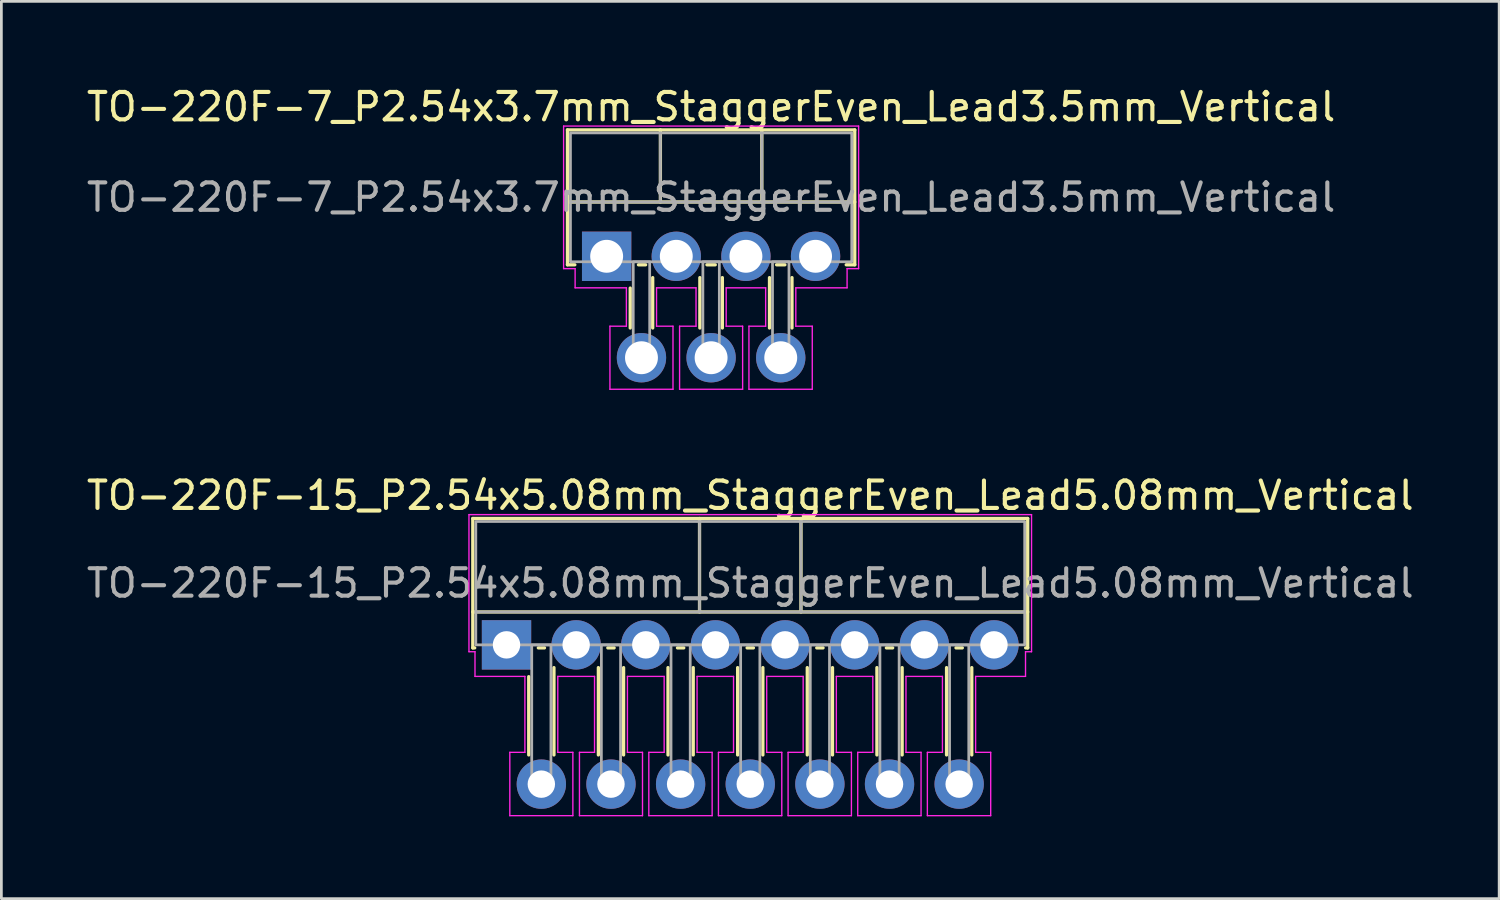
<source format=kicad_pcb>
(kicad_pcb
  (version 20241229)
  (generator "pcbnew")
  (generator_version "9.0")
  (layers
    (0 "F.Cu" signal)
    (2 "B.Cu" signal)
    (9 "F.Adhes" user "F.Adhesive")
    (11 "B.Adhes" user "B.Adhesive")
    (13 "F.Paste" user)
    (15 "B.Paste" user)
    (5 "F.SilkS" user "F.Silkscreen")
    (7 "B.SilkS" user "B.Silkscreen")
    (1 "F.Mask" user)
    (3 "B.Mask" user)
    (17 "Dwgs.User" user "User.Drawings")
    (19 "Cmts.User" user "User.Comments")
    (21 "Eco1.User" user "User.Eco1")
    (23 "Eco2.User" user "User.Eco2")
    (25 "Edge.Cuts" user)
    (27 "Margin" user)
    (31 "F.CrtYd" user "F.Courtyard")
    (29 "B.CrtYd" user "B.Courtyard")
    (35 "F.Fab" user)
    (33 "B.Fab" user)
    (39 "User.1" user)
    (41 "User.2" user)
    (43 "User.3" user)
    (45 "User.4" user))
  (footprint "TO-220F-7_P2.54x3.7mm_StaggerEven_Lead3.5mm_Vertical"
    (layer "F.Cu")
    (at 19.077 6.298)
    (property "Reference" "TO-220F-7_P2.54x3.7mm_StaggerEven_Lead3.5mm_Vertical" (at 3.81 -5.45 0) (layer "F.SilkS") (effects (font (size 1 1) (thickness 0.15))))
    (attr through_hole)
    (fp_line (start -1.43 -4.61) (end -1.43 0.31) (stroke (width 0.12) (type solid)) (layer "F.SilkS"))
    (fp_line (start -1.43 -4.61) (end 9.05 -4.61) (stroke (width 0.12) (type solid)) (layer "F.SilkS"))
    (fp_line (start -1.43 -1.98) (end 9.05 -1.98) (stroke (width 0.12) (type solid)) (layer "F.SilkS"))
    (fp_line (start -1.43 0.31) (end -1.16 0.31) (stroke (width 0.12) (type solid)) (layer "F.SilkS"))
    (fp_line (start 0.86 1.16) (end 0.86 2.615) (stroke (width 0.12) (type solid)) (layer "F.SilkS"))
    (fp_line (start 1.16 0.31) (end 1.422 0.31) (stroke (width 0.12) (type solid)) (layer "F.SilkS"))
    (fp_line (start 1.68 0.778) (end 1.68 2.615) (stroke (width 0.12) (type solid)) (layer "F.SilkS"))
    (fp_line (start 1.96 -4.61) (end 1.96 -1.98) (stroke (width 0.12) (type solid)) (layer "F.SilkS"))
    (fp_line (start 3.4 0.778) (end 3.4 2.615) (stroke (width 0.12) (type solid)) (layer "F.SilkS"))
    (fp_line (start 3.658 0.31) (end 3.962 0.31) (stroke (width 0.12) (type solid)) (layer "F.SilkS"))
    (fp_line (start 4.22 0.778) (end 4.22 2.615) (stroke (width 0.12) (type solid)) (layer "F.SilkS"))
    (fp_line (start 5.66 -4.61) (end 5.66 -1.98) (stroke (width 0.12) (type solid)) (layer "F.SilkS"))
    (fp_line (start 5.94 0.778) (end 5.94 2.615) (stroke (width 0.12) (type solid)) (layer "F.SilkS"))
    (fp_line (start 6.198 0.31) (end 6.502 0.31) (stroke (width 0.12) (type solid)) (layer "F.SilkS"))
    (fp_line (start 6.76 0.778) (end 6.76 2.615) (stroke (width 0.12) (type solid)) (layer "F.SilkS"))
    (fp_line (start 8.738 0.31) (end 9.05 0.31) (stroke (width 0.12) (type solid)) (layer "F.SilkS"))
    (fp_line (start 9.05 -4.61) (end 9.05 0.31) (stroke (width 0.12) (type solid)) (layer "F.SilkS"))
    (fp_line (start -1.57 -4.75) (end 9.19 -4.75) (stroke (width 0.05) (type solid)) (layer "F.CrtYd"))
    (fp_line (start -1.57 0.45) (end -1.57 -4.75) (stroke (width 0.05) (type solid)) (layer "F.CrtYd"))
    (fp_line (start -1.15 0.45) (end -1.57 0.45) (stroke (width 0.05) (type solid)) (layer "F.CrtYd"))
    (fp_line (start -1.15 1.15) (end -1.15 0.45) (stroke (width 0.05) (type solid)) (layer "F.CrtYd"))
    (fp_line (start 0.12 2.55) (end 0.72 2.55) (stroke (width 0.05) (type solid)) (layer "F.CrtYd"))
    (fp_line (start 0.12 4.85) (end 0.12 2.55) (stroke (width 0.05) (type solid)) (layer "F.CrtYd"))
    (fp_line (start 0.72 1.15) (end -1.15 1.15) (stroke (width 0.05) (type solid)) (layer "F.CrtYd"))
    (fp_line (start 0.72 2.55) (end 0.72 1.15) (stroke (width 0.05) (type solid)) (layer "F.CrtYd"))
    (fp_line (start 1.82 1.15) (end 1.82 2.55) (stroke (width 0.05) (type solid)) (layer "F.CrtYd"))
    (fp_line (start 1.82 2.55) (end 2.42 2.55) (stroke (width 0.05) (type solid)) (layer "F.CrtYd"))
    (fp_line (start 2.42 2.55) (end 2.42 4.85) (stroke (width 0.05) (type solid)) (layer "F.CrtYd"))
    (fp_line (start 2.42 4.85) (end 0.12 4.85) (stroke (width 0.05) (type solid)) (layer "F.CrtYd"))
    (fp_line (start 2.66 2.55) (end 3.26 2.55) (stroke (width 0.05) (type solid)) (layer "F.CrtYd"))
    (fp_line (start 2.66 4.85) (end 2.66 2.55) (stroke (width 0.05) (type solid)) (layer "F.CrtYd"))
    (fp_line (start 3.26 1.15) (end 1.82 1.15) (stroke (width 0.05) (type solid)) (layer "F.CrtYd"))
    (fp_line (start 3.26 2.55) (end 3.26 1.15) (stroke (width 0.05) (type solid)) (layer "F.CrtYd"))
    (fp_line (start 4.36 1.15) (end 4.36 2.55) (stroke (width 0.05) (type solid)) (layer "F.CrtYd"))
    (fp_line (start 4.36 2.55) (end 4.96 2.55) (stroke (width 0.05) (type solid)) (layer "F.CrtYd"))
    (fp_line (start 4.96 2.55) (end 4.96 4.85) (stroke (width 0.05) (type solid)) (layer "F.CrtYd"))
    (fp_line (start 4.96 4.85) (end 2.66 4.85) (stroke (width 0.05) (type solid)) (layer "F.CrtYd"))
    (fp_line (start 5.19 2.55) (end 5.8 2.55) (stroke (width 0.05) (type solid)) (layer "F.CrtYd"))
    (fp_line (start 5.19 4.85) (end 5.19 2.55) (stroke (width 0.05) (type solid)) (layer "F.CrtYd"))
    (fp_line (start 5.8 1.15) (end 4.36 1.15) (stroke (width 0.05) (type solid)) (layer "F.CrtYd"))
    (fp_line (start 5.8 2.55) (end 5.8 1.15) (stroke (width 0.05) (type solid)) (layer "F.CrtYd"))
    (fp_line (start 6.9 1.15) (end 6.9 2.55) (stroke (width 0.05) (type solid)) (layer "F.CrtYd"))
    (fp_line (start 6.9 2.55) (end 7.5 2.55) (stroke (width 0.05) (type solid)) (layer "F.CrtYd"))
    (fp_line (start 7.5 2.55) (end 7.5 4.85) (stroke (width 0.05) (type solid)) (layer "F.CrtYd"))
    (fp_line (start 7.5 4.85) (end 5.19 4.85) (stroke (width 0.05) (type solid)) (layer "F.CrtYd"))
    (fp_line (start 8.77 0.45) (end 8.77 1.15) (stroke (width 0.05) (type solid)) (layer "F.CrtYd"))
    (fp_line (start 8.77 1.15) (end 6.9 1.15) (stroke (width 0.05) (type solid)) (layer "F.CrtYd"))
    (fp_line (start 9.19 -4.75) (end 9.19 0.45) (stroke (width 0.05) (type solid)) (layer "F.CrtYd"))
    (fp_line (start 9.19 0.45) (end 8.77 0.45) (stroke (width 0.05) (type solid)) (layer "F.CrtYd"))
    (fp_line (start -1.32 -1.98) (end 8.94 -1.98) (stroke (width 0.1) (type solid)) (layer "F.Fab"))
    (fp_line (start 1.96 -4.5) (end 1.96 -1.98) (stroke (width 0.1) (type solid)) (layer "F.Fab"))
    (fp_line (start 5.66 -4.5) (end 5.66 -1.98) (stroke (width 0.1) (type solid)) (layer "F.Fab"))
    (fp_rect (start -1.32 -4.5) (end 8.94 0.2) (stroke (width 0.1) (type solid)) (fill no) (layer "F.Fab"))
    (fp_rect (start 0.97 0.2) (end 1.57 3.7) (stroke (width 0.1) (type solid)) (fill no) (layer "F.Fab"))
    (fp_rect (start 3.51 0.2) (end 4.11 3.7) (stroke (width 0.1) (type solid)) (fill no) (layer "F.Fab"))
    (fp_rect (start 6.05 0.2) (end 6.65 3.7) (stroke (width 0.1) (type solid)) (fill no) (layer "F.Fab"))
    (fp_text user "${REFERENCE}" (at 3.81 -2.15 0) (layer "F.Fab") (effects (font (size 1 1) (thickness 0.15))))
    (pad "1" thru_hole rect (at 0 0) (size 1.8 1.8) (drill 1.2) (layers "*.Cu" "*.Mask"))
    (pad "2" thru_hole circle (at 1.27 3.7) (size 1.8 1.8) (drill 1.2) (layers "*.Cu" "*.Mask"))
    (pad "3" thru_hole circle (at 2.54 0) (size 1.8 1.8) (drill 1.2) (layers "*.Cu" "*.Mask"))
    (pad "4" thru_hole circle (at 3.81 3.7) (size 1.8 1.8) (drill 1.2) (layers "*.Cu" "*.Mask"))
    (pad "5" thru_hole circle (at 5.08 0) (size 1.8 1.8) (drill 1.2) (layers "*.Cu" "*.Mask"))
    (pad "6" thru_hole circle (at 6.35 3.7) (size 1.8 1.8) (drill 1.2) (layers "*.Cu" "*.Mask"))
    (pad "7" thru_hole circle (at 7.62 0) (size 1.8 1.8) (drill 1.2) (layers "*.Cu" "*.Mask")))
  (footprint "TO-220F-15_P2.54x5.08mm_StaggerEven_Lead5.08mm_Vertical"
    (layer "F.Cu")
    (at 15.425 20.471)
    (property "Reference" "TO-220F-15_P2.54x5.08mm_StaggerEven_Lead5.08mm_Vertical" (at 8.89 -5.45 0) (layer "F.SilkS") (effects (font (size 1 1) (thickness 0.15))))
    (attr through_hole)
    (fp_line (start -1.23 -4.61) (end -1.23 0.11) (stroke (width 0.12) (type solid)) (layer "F.SilkS"))
    (fp_line (start -1.23 -4.61) (end 19.01 -4.61) (stroke (width 0.12) (type solid)) (layer "F.SilkS"))
    (fp_line (start -1.23 -1.2) (end 19.01 -1.2) (stroke (width 0.12) (type solid)) (layer "F.SilkS"))
    (fp_line (start -1.23 0.11) (end -1.16 0.11) (stroke (width 0.12) (type solid)) (layer "F.SilkS"))
    (fp_line (start 0.81 1.16) (end 0.81 4.015) (stroke (width 0.12) (type solid)) (layer "F.SilkS"))
    (fp_line (start 1.16 0.11) (end 1.385 0.11) (stroke (width 0.12) (type solid)) (layer "F.SilkS"))
    (fp_line (start 1.73 0.83) (end 1.73 4.015) (stroke (width 0.12) (type solid)) (layer "F.SilkS"))
    (fp_line (start 3.35 0.83) (end 3.35 4.015) (stroke (width 0.12) (type solid)) (layer "F.SilkS"))
    (fp_line (start 3.695 0.11) (end 3.925 0.11) (stroke (width 0.12) (type solid)) (layer "F.SilkS"))
    (fp_line (start 4.27 0.83) (end 4.27 4.015) (stroke (width 0.12) (type solid)) (layer "F.SilkS"))
    (fp_line (start 5.89 0.83) (end 5.89 4.015) (stroke (width 0.12) (type solid)) (layer "F.SilkS"))
    (fp_line (start 6.235 0.11) (end 6.465 0.11) (stroke (width 0.12) (type solid)) (layer "F.SilkS"))
    (fp_line (start 6.81 0.83) (end 6.81 4.015) (stroke (width 0.12) (type solid)) (layer "F.SilkS"))
    (fp_line (start 7.04 -4.61) (end 7.04 -1.2) (stroke (width 0.12) (type solid)) (layer "F.SilkS"))
    (fp_line (start 8.43 0.83) (end 8.43 4.015) (stroke (width 0.12) (type solid)) (layer "F.SilkS"))
    (fp_line (start 8.775 0.11) (end 9.005 0.11) (stroke (width 0.12) (type solid)) (layer "F.SilkS"))
    (fp_line (start 9.35 0.83) (end 9.35 4.015) (stroke (width 0.12) (type solid)) (layer "F.SilkS"))
    (fp_line (start 10.74 -4.61) (end 10.74 -1.2) (stroke (width 0.12) (type solid)) (layer "F.SilkS"))
    (fp_line (start 10.97 0.83) (end 10.97 4.015) (stroke (width 0.12) (type solid)) (layer "F.SilkS"))
    (fp_line (start 11.315 0.11) (end 11.545 0.11) (stroke (width 0.12) (type solid)) (layer "F.SilkS"))
    (fp_line (start 11.89 0.83) (end 11.89 4.015) (stroke (width 0.12) (type solid)) (layer "F.SilkS"))
    (fp_line (start 13.51 0.83) (end 13.51 4.015) (stroke (width 0.12) (type solid)) (layer "F.SilkS"))
    (fp_line (start 13.855 0.11) (end 14.085 0.11) (stroke (width 0.12) (type solid)) (layer "F.SilkS"))
    (fp_line (start 14.43 0.83) (end 14.43 4.015) (stroke (width 0.12) (type solid)) (layer "F.SilkS"))
    (fp_line (start 16.05 0.83) (end 16.05 4.015) (stroke (width 0.12) (type solid)) (layer "F.SilkS"))
    (fp_line (start 16.395 0.11) (end 16.625 0.11) (stroke (width 0.12) (type solid)) (layer "F.SilkS"))
    (fp_line (start 16.97 0.83) (end 16.97 4.015) (stroke (width 0.12) (type solid)) (layer "F.SilkS"))
    (fp_line (start 18.935 0.11) (end 19.01 0.11) (stroke (width 0.12) (type solid)) (layer "F.SilkS"))
    (fp_line (start 19.01 -4.61) (end 19.01 0.11) (stroke (width 0.12) (type solid)) (layer "F.SilkS"))
    (fp_line (start -1.37 -4.75) (end 19.15 -4.75) (stroke (width 0.05) (type solid)) (layer "F.CrtYd"))
    (fp_line (start -1.37 0.25) (end -1.37 -4.75) (stroke (width 0.05) (type solid)) (layer "F.CrtYd"))
    (fp_line (start -1.15 0.25) (end -1.37 0.25) (stroke (width 0.05) (type solid)) (layer "F.CrtYd"))
    (fp_line (start -1.15 1.15) (end -1.15 0.25) (stroke (width 0.05) (type solid)) (layer "F.CrtYd"))
    (fp_line (start 0.12 3.92) (end 0.67 3.92) (stroke (width 0.05) (type solid)) (layer "F.CrtYd"))
    (fp_line (start 0.12 6.23) (end 0.12 3.92) (stroke (width 0.05) (type solid)) (layer "F.CrtYd"))
    (fp_line (start 0.67 1.15) (end -1.15 1.15) (stroke (width 0.05) (type solid)) (layer "F.CrtYd"))
    (fp_line (start 0.67 3.92) (end 0.67 1.15) (stroke (width 0.05) (type solid)) (layer "F.CrtYd"))
    (fp_line (start 1.87 1.15) (end 1.87 3.92) (stroke (width 0.05) (type solid)) (layer "F.CrtYd"))
    (fp_line (start 1.87 3.92) (end 2.42 3.92) (stroke (width 0.05) (type solid)) (layer "F.CrtYd"))
    (fp_line (start 2.42 3.92) (end 2.42 6.23) (stroke (width 0.05) (type solid)) (layer "F.CrtYd"))
    (fp_line (start 2.42 6.23) (end 0.12 6.23) (stroke (width 0.05) (type solid)) (layer "F.CrtYd"))
    (fp_line (start 2.66 3.92) (end 3.21 3.92) (stroke (width 0.05) (type solid)) (layer "F.CrtYd"))
    (fp_line (start 2.66 6.23) (end 2.66 3.92) (stroke (width 0.05) (type solid)) (layer "F.CrtYd"))
    (fp_line (start 3.21 1.15) (end 1.87 1.15) (stroke (width 0.05) (type solid)) (layer "F.CrtYd"))
    (fp_line (start 3.21 3.92) (end 3.21 1.15) (stroke (width 0.05) (type solid)) (layer "F.CrtYd"))
    (fp_line (start 4.41 1.15) (end 4.41 3.92) (stroke (width 0.05) (type solid)) (layer "F.CrtYd"))
    (fp_line (start 4.41 3.92) (end 4.96 3.92) (stroke (width 0.05) (type solid)) (layer "F.CrtYd"))
    (fp_line (start 4.96 3.92) (end 4.96 6.23) (stroke (width 0.05) (type solid)) (layer "F.CrtYd"))
    (fp_line (start 4.96 6.23) (end 2.66 6.23) (stroke (width 0.05) (type solid)) (layer "F.CrtYd"))
    (fp_line (start 5.19 3.92) (end 5.75 3.92) (stroke (width 0.05) (type solid)) (layer "F.CrtYd"))
    (fp_line (start 5.19 6.23) (end 5.19 3.92) (stroke (width 0.05) (type solid)) (layer "F.CrtYd"))
    (fp_line (start 5.75 1.15) (end 4.41 1.15) (stroke (width 0.05) (type solid)) (layer "F.CrtYd"))
    (fp_line (start 5.75 3.92) (end 5.75 1.15) (stroke (width 0.05) (type solid)) (layer "F.CrtYd"))
    (fp_line (start 6.95 1.15) (end 6.95 3.92) (stroke (width 0.05) (type solid)) (layer "F.CrtYd"))
    (fp_line (start 6.95 3.92) (end 7.5 3.92) (stroke (width 0.05) (type solid)) (layer "F.CrtYd"))
    (fp_line (start 7.5 3.92) (end 7.5 6.23) (stroke (width 0.05) (type solid)) (layer "F.CrtYd"))
    (fp_line (start 7.5 6.23) (end 5.19 6.23) (stroke (width 0.05) (type solid)) (layer "F.CrtYd"))
    (fp_line (start 7.73 3.92) (end 8.28 3.92) (stroke (width 0.05) (type solid)) (layer "F.CrtYd"))
    (fp_line (start 7.73 6.23) (end 7.73 3.92) (stroke (width 0.05) (type solid)) (layer "F.CrtYd"))
    (fp_line (start 8.28 1.15) (end 6.95 1.15) (stroke (width 0.05) (type solid)) (layer "F.CrtYd"))
    (fp_line (start 8.28 3.92) (end 8.28 1.15) (stroke (width 0.05) (type solid)) (layer "F.CrtYd"))
    (fp_line (start 9.49 1.15) (end 9.49 3.92) (stroke (width 0.05) (type solid)) (layer "F.CrtYd"))
    (fp_line (start 9.49 3.92) (end 10.04 3.92) (stroke (width 0.05) (type solid)) (layer "F.CrtYd"))
    (fp_line (start 10.04 3.92) (end 10.04 6.23) (stroke (width 0.05) (type solid)) (layer "F.CrtYd"))
    (fp_line (start 10.04 6.23) (end 7.73 6.23) (stroke (width 0.05) (type solid)) (layer "F.CrtYd"))
    (fp_line (start 10.27 3.92) (end 10.82 3.92) (stroke (width 0.05) (type solid)) (layer "F.CrtYd"))
    (fp_line (start 10.27 6.23) (end 10.27 3.92) (stroke (width 0.05) (type solid)) (layer "F.CrtYd"))
    (fp_line (start 10.82 1.15) (end 9.49 1.15) (stroke (width 0.05) (type solid)) (layer "F.CrtYd"))
    (fp_line (start 10.82 3.92) (end 10.82 1.15) (stroke (width 0.05) (type solid)) (layer "F.CrtYd"))
    (fp_line (start 12.03 1.15) (end 12.03 3.92) (stroke (width 0.05) (type solid)) (layer "F.CrtYd"))
    (fp_line (start 12.03 3.92) (end 12.58 3.92) (stroke (width 0.05) (type solid)) (layer "F.CrtYd"))
    (fp_line (start 12.58 3.92) (end 12.58 6.23) (stroke (width 0.05) (type solid)) (layer "F.CrtYd"))
    (fp_line (start 12.58 6.23) (end 10.27 6.23) (stroke (width 0.05) (type solid)) (layer "F.CrtYd"))
    (fp_line (start 12.81 3.92) (end 13.36 3.92) (stroke (width 0.05) (type solid)) (layer "F.CrtYd"))
    (fp_line (start 12.81 6.23) (end 12.81 3.92) (stroke (width 0.05) (type solid)) (layer "F.CrtYd"))
    (fp_line (start 13.36 1.15) (end 12.03 1.15) (stroke (width 0.05) (type solid)) (layer "F.CrtYd"))
    (fp_line (start 13.36 3.92) (end 13.36 1.15) (stroke (width 0.05) (type solid)) (layer "F.CrtYd"))
    (fp_line (start 14.57 1.15) (end 14.57 3.92) (stroke (width 0.05) (type solid)) (layer "F.CrtYd"))
    (fp_line (start 14.57 3.92) (end 15.12 3.92) (stroke (width 0.05) (type solid)) (layer "F.CrtYd"))
    (fp_line (start 15.12 3.92) (end 15.12 6.23) (stroke (width 0.05) (type solid)) (layer "F.CrtYd"))
    (fp_line (start 15.12 6.23) (end 12.81 6.23) (stroke (width 0.05) (type solid)) (layer "F.CrtYd"))
    (fp_line (start 15.35 3.92) (end 15.9 3.92) (stroke (width 0.05) (type solid)) (layer "F.CrtYd"))
    (fp_line (start 15.35 6.23) (end 15.35 3.92) (stroke (width 0.05) (type solid)) (layer "F.CrtYd"))
    (fp_line (start 15.9 1.15) (end 14.57 1.15) (stroke (width 0.05) (type solid)) (layer "F.CrtYd"))
    (fp_line (start 15.9 3.92) (end 15.9 1.15) (stroke (width 0.05) (type solid)) (layer "F.CrtYd"))
    (fp_line (start 17.11 1.15) (end 17.11 3.92) (stroke (width 0.05) (type solid)) (layer "F.CrtYd"))
    (fp_line (start 17.11 3.92) (end 17.66 3.92) (stroke (width 0.05) (type solid)) (layer "F.CrtYd"))
    (fp_line (start 17.66 3.92) (end 17.66 6.23) (stroke (width 0.05) (type solid)) (layer "F.CrtYd"))
    (fp_line (start 17.66 6.23) (end 15.35 6.23) (stroke (width 0.05) (type solid)) (layer "F.CrtYd"))
    (fp_line (start 18.93 0.25) (end 18.93 1.15) (stroke (width 0.05) (type solid)) (layer "F.CrtYd"))
    (fp_line (start 18.93 1.15) (end 17.11 1.15) (stroke (width 0.05) (type solid)) (layer "F.CrtYd"))
    (fp_line (start 19.15 -4.75) (end 19.15 0.25) (stroke (width 0.05) (type solid)) (layer "F.CrtYd"))
    (fp_line (start 19.15 0.25) (end 18.93 0.25) (stroke (width 0.05) (type solid)) (layer "F.CrtYd"))
    (fp_line (start -1.12 -1.2) (end 18.9 -1.2) (stroke (width 0.1) (type solid)) (layer "F.Fab"))
    (fp_line (start 7.04 -4.5) (end 7.04 -1.2) (stroke (width 0.1) (type solid)) (layer "F.Fab"))
    (fp_line (start 10.74 -4.5) (end 10.74 -1.2) (stroke (width 0.1) (type solid)) (layer "F.Fab"))
    (fp_rect (start -1.12 -4.5) (end 18.9 0) (stroke (width 0.1) (type solid)) (fill no) (layer "F.Fab"))
    (fp_rect (start 0.92 0) (end 1.62 5.08) (stroke (width 0.1) (type solid)) (fill no) (layer "F.Fab"))
    (fp_rect (start 3.46 0) (end 4.16 5.08) (stroke (width 0.1) (type solid)) (fill no) (layer "F.Fab"))
    (fp_rect (start 6 0) (end 6.7 5.08) (stroke (width 0.1) (type solid)) (fill no) (layer "F.Fab"))
    (fp_rect (start 8.54 0) (end 9.24 5.08) (stroke (width 0.1) (type solid)) (fill no) (layer "F.Fab"))
    (fp_rect (start 11.08 0) (end 11.78 5.08) (stroke (width 0.1) (type solid)) (fill no) (layer "F.Fab"))
    (fp_rect (start 13.62 0) (end 14.32 5.08) (stroke (width 0.1) (type solid)) (fill no) (layer "F.Fab"))
    (fp_rect (start 16.16 0) (end 16.86 5.08) (stroke (width 0.1) (type solid)) (fill no) (layer "F.Fab"))
    (fp_text user "${REFERENCE}" (at 8.89 -2.25 0) (layer "F.Fab") (effects (font (size 1 1) (thickness 0.15))))
    (pad "1" thru_hole rect (at 0 0) (size 1.8 1.8) (drill 1) (layers "*.Cu" "*.Mask"))
    (pad "2" thru_hole circle (at 1.27 5.08) (size 1.8 1.8) (drill 1) (layers "*.Cu" "*.Mask"))
    (pad "3" thru_hole circle (at 2.54 0) (size 1.8 1.8) (drill 1) (layers "*.Cu" "*.Mask"))
    (pad "4" thru_hole circle (at 3.81 5.08) (size 1.8 1.8) (drill 1) (layers "*.Cu" "*.Mask"))
    (pad "5" thru_hole circle (at 5.08 0) (size 1.8 1.8) (drill 1) (layers "*.Cu" "*.Mask"))
    (pad "6" thru_hole circle (at 6.35 5.08) (size 1.8 1.8) (drill 1) (layers "*.Cu" "*.Mask"))
    (pad "7" thru_hole circle (at 7.62 0) (size 1.8 1.8) (drill 1) (layers "*.Cu" "*.Mask"))
    (pad "8" thru_hole circle (at 8.89 5.08) (size 1.8 1.8) (drill 1) (layers "*.Cu" "*.Mask"))
    (pad "9" thru_hole circle (at 10.16 0) (size 1.8 1.8) (drill 1) (layers "*.Cu" "*.Mask"))
    (pad "10" thru_hole circle (at 11.43 5.08) (size 1.8 1.8) (drill 1) (layers "*.Cu" "*.Mask"))
    (pad "11" thru_hole circle (at 12.7 0) (size 1.8 1.8) (drill 1) (layers "*.Cu" "*.Mask"))
    (pad "12" thru_hole circle (at 13.97 5.08) (size 1.8 1.8) (drill 1) (layers "*.Cu" "*.Mask"))
    (pad "13" thru_hole circle (at 15.24 0) (size 1.8 1.8) (drill 1) (layers "*.Cu" "*.Mask"))
    (pad "14" thru_hole circle (at 16.51 5.08) (size 1.8 1.8) (drill 1) (layers "*.Cu" "*.Mask"))
    (pad "15" thru_hole circle (at 17.78 0) (size 1.8 1.8) (drill 1) (layers "*.Cu" "*.Mask")))
  (gr_rect
    (start -3 -3)
    (end 51.631 29.727)
    (stroke (width 0.1) (type default))
    (fill no)
    (layer "Edge.Cuts")))
</source>
